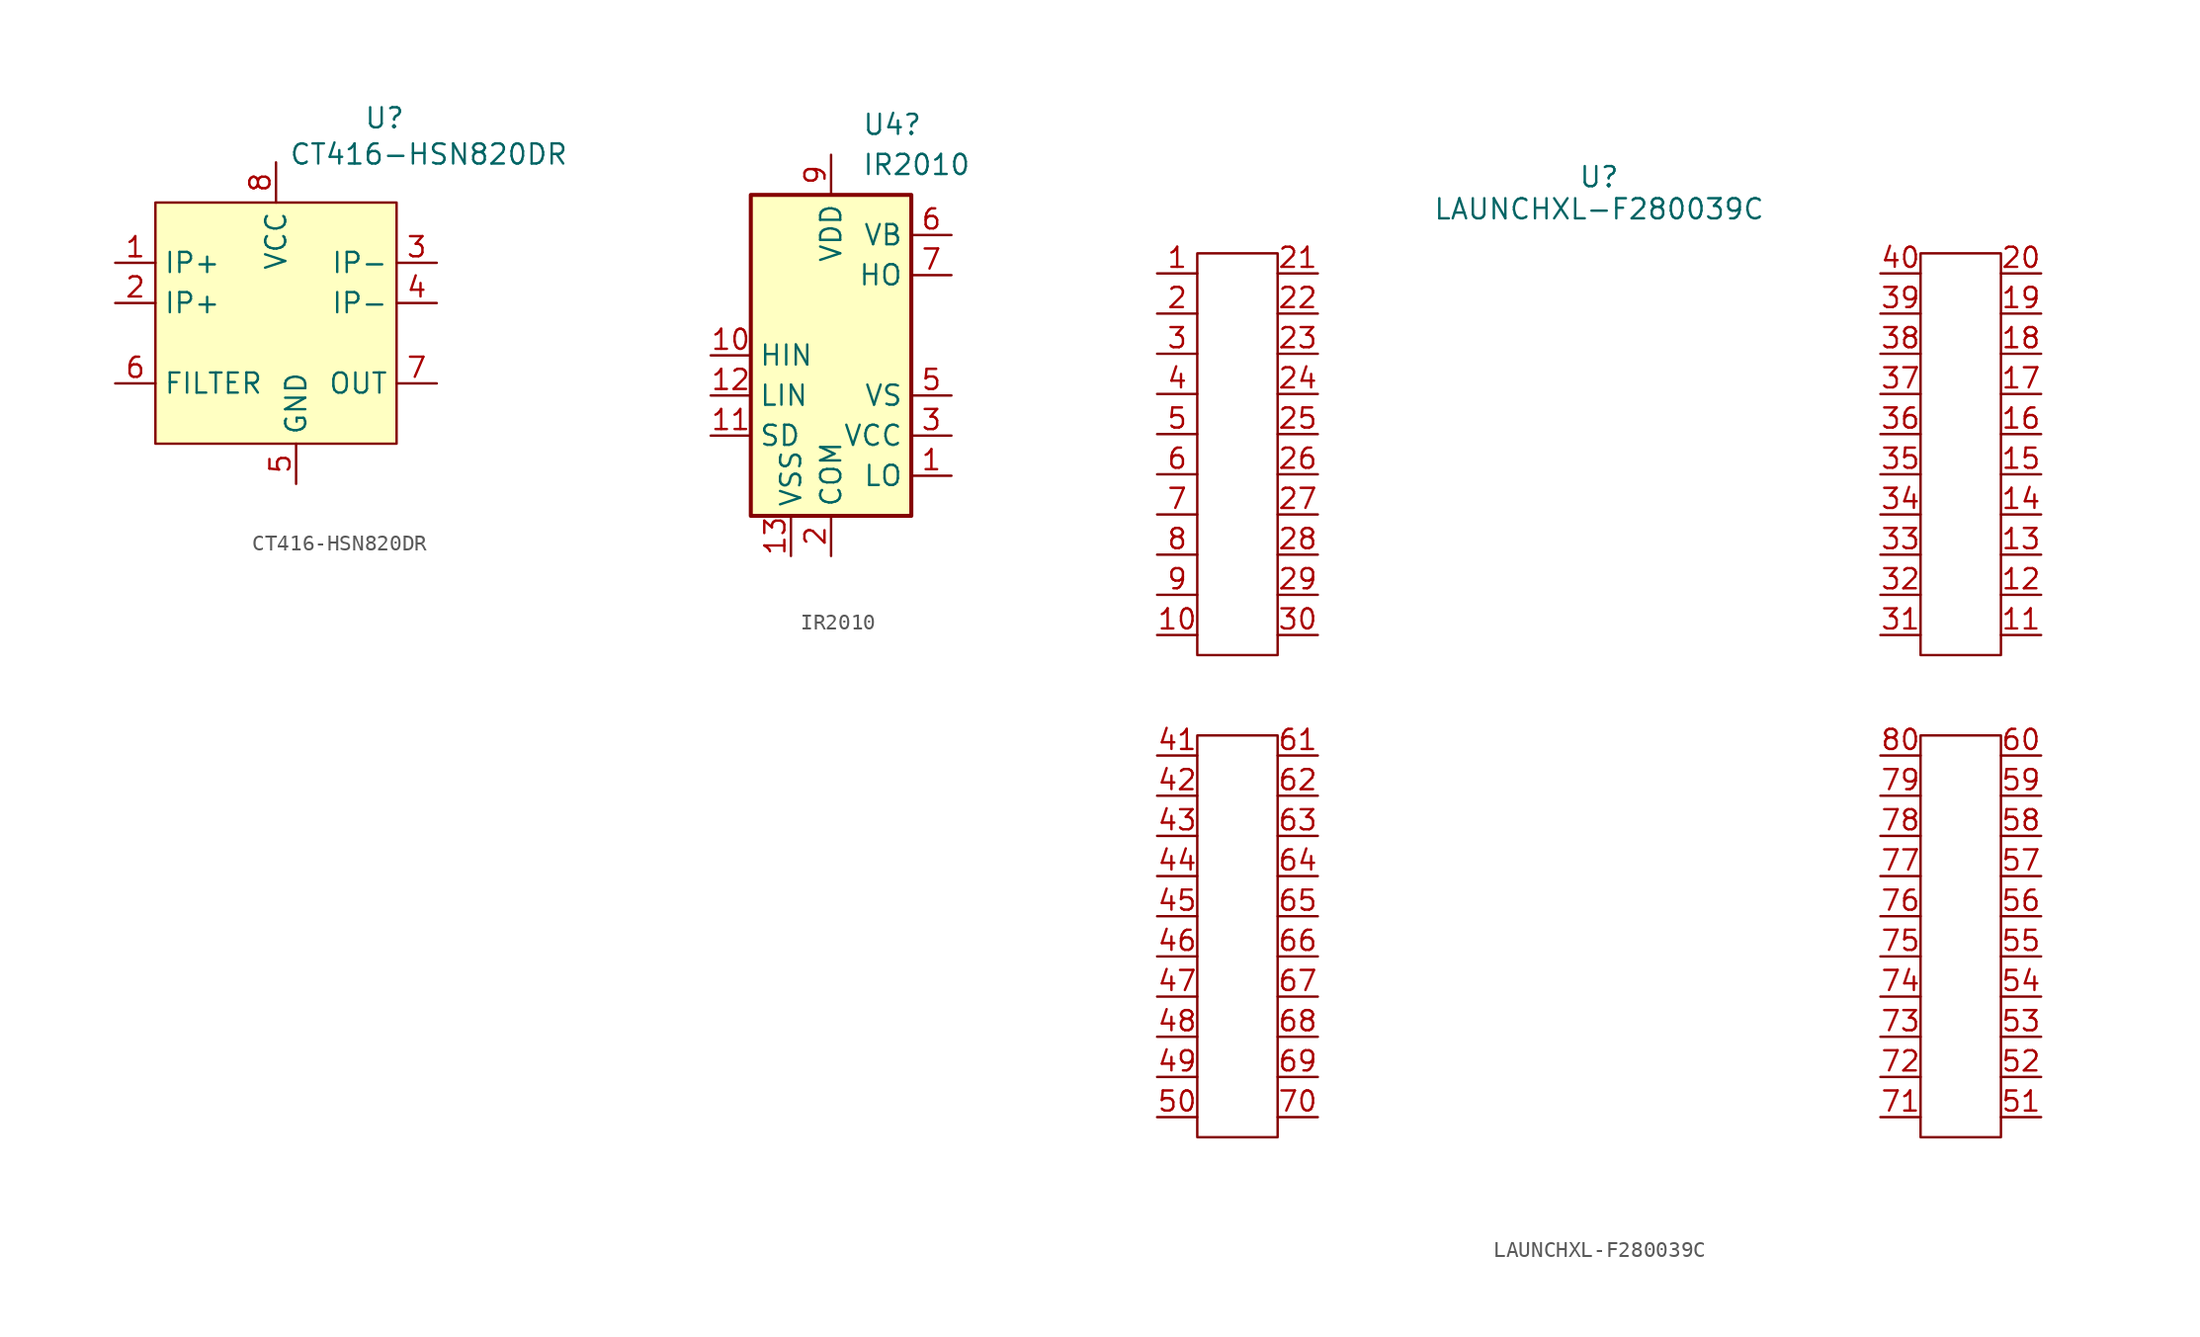
<source format=kicad_sym>
(kicad_symbol_lib
  (version 20231120)
  (generator "kicad_symbol_editor")
  (generator_version "8.0")
  (symbol "CT416-HSN820DR"
    (property "Reference" "U"
      (at 6.858 12.954 0)
      (effects (font (size 1.27 1.27))))
    (property "Value" "CT416-HSN820DR"
      (at 9.652 10.668 0)
      (effects (font (size 1.27 1.27))))
    (symbol "CT416-HSN820DR_1_1"
      (rectangle (start -7.62 7.62) (end 7.62 -7.62) (stroke (width 0) (type default)) (fill (type background)))
      (pin input line (at -10.16 3.81 0) (length 2.54) (name "IP+" (effects (font (size 1.27 1.27)))) (number "1" (effects (font (size 1.27 1.27)))))
      (pin input line (at -10.16 1.27 0) (length 2.54) (name "IP+" (effects (font (size 1.27 1.27)))) (number "2" (effects (font (size 1.27 1.27)))))
      (pin input line (at 10.16 3.81 180) (length 2.54) (name "IP-" (effects (font (size 1.27 1.27)))) (number "3" (effects (font (size 1.27 1.27)))))
      (pin input line (at 10.16 1.27 180) (length 2.54) (name "IP-" (effects (font (size 1.27 1.27)))) (number "4" (effects (font (size 1.27 1.27)))))
      (pin input line (at 1.27 -10.16 90) (length 2.54) (name "GND" (effects (font (size 1.27 1.27)))) (number "5" (effects (font (size 1.27 1.27)))))
      (pin input line (at -10.16 -3.81 0) (length 2.54) (name "FILTER" (effects (font (size 1.27 1.27)))) (number "6" (effects (font (size 1.27 1.27)))))
      (pin input line (at 10.16 -3.81 180) (length 2.54) (name "OUT" (effects (font (size 1.27 1.27)))) (number "7" (effects (font (size 1.27 1.27)))))
      (pin input line (at 0 10.16 270) (length 2.54) (name "VCC" (effects (font (size 1.27 1.27)))) (number "8" (effects (font (size 1.27 1.27)))))))
  (symbol "IR2010"
    (property "Reference" "U4"
      (at 1.956 14.605 0)
      (effects (font (size 1.27 1.27)) (justify left)))
    (property "Value" "IR2010"
      (at 1.956 12.065 0)
      (effects (font (size 1.27 1.27)) (justify left)))
    (symbol "IR2010_0_1"
      (rectangle (start -5.08 -10.16) (end 5.08 10.16) (stroke (width 0.254) (type default)) (fill (type background))))
    (symbol "IR2010_1_1"
      (pin output line (at 7.62 -7.62 180) (length 2.54) (name "LO" (effects (font (size 1.27 1.27)))) (number "1" (effects (font (size 1.27 1.27)))))
      (pin input line (at -7.62 0 0) (length 2.54) (name "HIN" (effects (font (size 1.27 1.27)))) (number "10" (effects (font (size 1.27 1.27)))))
      (pin input line (at -7.62 -5.08 0) (length 2.54) (name "SD" (effects (font (size 1.27 1.27)))) (number "11" (effects (font (size 1.27 1.27)))))
      (pin input line (at -7.62 -2.54 0) (length 2.54) (name "LIN" (effects (font (size 1.27 1.27)))) (number "12" (effects (font (size 1.27 1.27)))))
      (pin power_in line (at -2.54 -12.7 90) (length 2.54) (name "VSS" (effects (font (size 1.27 1.27)))) (number "13" (effects (font (size 1.27 1.27)))))
      (pin no_connect line (at -5.08 2.54 0) (length 2.54) hide (name "NC" (effects (font (size 1.27 1.27)))) (number "14" (effects (font (size 1.27 1.27)))))
      (pin power_in line (at 0 -12.7 90) (length 2.54) (name "COM" (effects (font (size 1.27 1.27)))) (number "2" (effects (font (size 1.27 1.27)))))
      (pin power_in line (at 7.62 -5.08 180) (length 2.54) (name "VCC" (effects (font (size 1.27 1.27)))) (number "3" (effects (font (size 1.27 1.27)))))
      (pin no_connect line (at -5.08 7.62 0) (length 2.54) hide (name "NC" (effects (font (size 1.27 1.27)))) (number "4" (effects (font (size 1.27 1.27)))))
      (pin passive line (at 7.62 -2.54 180) (length 2.54) (name "VS" (effects (font (size 1.27 1.27)))) (number "5" (effects (font (size 1.27 1.27)))))
      (pin passive line (at 7.62 7.62 180) (length 2.54) (name "VB" (effects (font (size 1.27 1.27)))) (number "6" (effects (font (size 1.27 1.27)))))
      (pin output line (at 7.62 5.08 180) (length 2.54) (name "HO" (effects (font (size 1.27 1.27)))) (number "7" (effects (font (size 1.27 1.27)))))
      (pin no_connect line (at -5.08 5.08 0) (length 2.54) hide (name "NC" (effects (font (size 1.27 1.27)))) (number "8" (effects (font (size 1.27 1.27)))))
      (pin power_in line (at 0 12.7 270) (length 2.54) (name "VDD" (effects (font (size 1.27 1.27)))) (number "9" (effects (font (size 1.27 1.27)))))))
  (symbol "LAUNCHXL-F280039C"
    (property "Reference" "U"
      (at 0 32.766 0)
      (effects (font (size 1.27 1.27))))
    (property "Value" "LAUNCHXL-F280039C"
      (at 0 30.734 0)
      (effects (font (size 1.27 1.27))))
    (symbol "LAUNCHXL-F280039C_0_1"
      (rectangle (start -25.4 -2.54) (end -20.32 -27.94) (stroke (width 0) (type default)) (fill (type none)))
      (rectangle (start -25.4 27.94) (end -20.32 2.54) (stroke (width 0) (type default)) (fill (type none)))
      (rectangle (start 20.32 -2.54) (end 25.4 -27.94) (stroke (width 0) (type default)) (fill (type none)))
      (rectangle (start 20.32 27.94) (end 25.4 2.54) (stroke (width 0) (type default)) (fill (type none))))
    (symbol "LAUNCHXL-F280039C_1_1"
      (pin bidirectional line (at -27.94 26.67 0) (length 2.54) (name "" (effects (font (size 1.27 1.27)))) (number "1" (effects (font (size 1.27 1.27)))))
      (pin bidirectional line (at -27.94 3.81 0) (length 2.54) (name "" (effects (font (size 1.27 1.27)))) (number "10" (effects (font (size 1.27 1.27)))))
      (pin bidirectional line (at 27.94 3.81 180) (length 2.54) (name "" (effects (font (size 1.27 1.27)))) (number "11" (effects (font (size 1.27 1.27)))))
      (pin bidirectional line (at 27.94 6.35 180) (length 2.54) (name "" (effects (font (size 1.27 1.27)))) (number "12" (effects (font (size 1.27 1.27)))))
      (pin bidirectional line (at 27.94 8.89 180) (length 2.54) (name "" (effects (font (size 1.27 1.27)))) (number "13" (effects (font (size 1.27 1.27)))))
      (pin bidirectional line (at 27.94 11.43 180) (length 2.54) (name "" (effects (font (size 1.27 1.27)))) (number "14" (effects (font (size 1.27 1.27)))))
      (pin bidirectional line (at 27.94 13.97 180) (length 2.54) (name "" (effects (font (size 1.27 1.27)))) (number "15" (effects (font (size 1.27 1.27)))))
      (pin bidirectional line (at 27.94 16.51 180) (length 2.54) (name "" (effects (font (size 1.27 1.27)))) (number "16" (effects (font (size 1.27 1.27)))))
      (pin bidirectional line (at 27.94 19.05 180) (length 2.54) (name "" (effects (font (size 1.27 1.27)))) (number "17" (effects (font (size 1.27 1.27)))))
      (pin bidirectional line (at 27.94 21.59 180) (length 2.54) (name "" (effects (font (size 1.27 1.27)))) (number "18" (effects (font (size 1.27 1.27)))))
      (pin bidirectional line (at 27.94 24.13 180) (length 2.54) (name "" (effects (font (size 1.27 1.27)))) (number "19" (effects (font (size 1.27 1.27)))))
      (pin bidirectional line (at -27.94 24.13 0) (length 2.54) (name "" (effects (font (size 1.27 1.27)))) (number "2" (effects (font (size 1.27 1.27)))))
      (pin bidirectional line (at 27.94 26.67 180) (length 2.54) (name "" (effects (font (size 1.27 1.27)))) (number "20" (effects (font (size 1.27 1.27)))))
      (pin bidirectional line (at -17.78 26.67 180) (length 2.54) (name "" (effects (font (size 1.27 1.27)))) (number "21" (effects (font (size 1.27 1.27)))))
      (pin bidirectional line (at -17.78 24.13 180) (length 2.54) (name "" (effects (font (size 1.27 1.27)))) (number "22" (effects (font (size 1.27 1.27)))))
      (pin bidirectional line (at -17.78 21.59 180) (length 2.54) (name "" (effects (font (size 1.27 1.27)))) (number "23" (effects (font (size 1.27 1.27)))))
      (pin bidirectional line (at -17.78 19.05 180) (length 2.54) (name "" (effects (font (size 1.27 1.27)))) (number "24" (effects (font (size 1.27 1.27)))))
      (pin bidirectional line (at -17.78 16.51 180) (length 2.54) (name "" (effects (font (size 1.27 1.27)))) (number "25" (effects (font (size 1.27 1.27)))))
      (pin bidirectional line (at -17.78 13.97 180) (length 2.54) (name "" (effects (font (size 1.27 1.27)))) (number "26" (effects (font (size 1.27 1.27)))))
      (pin bidirectional line (at -17.78 11.43 180) (length 2.54) (name "" (effects (font (size 1.27 1.27)))) (number "27" (effects (font (size 1.27 1.27)))))
      (pin bidirectional line (at -17.78 8.89 180) (length 2.54) (name "" (effects (font (size 1.27 1.27)))) (number "28" (effects (font (size 1.27 1.27)))))
      (pin bidirectional line (at -17.78 6.35 180) (length 2.54) (name "" (effects (font (size 1.27 1.27)))) (number "29" (effects (font (size 1.27 1.27)))))
      (pin bidirectional line (at -27.94 21.59 0) (length 2.54) (name "" (effects (font (size 1.27 1.27)))) (number "3" (effects (font (size 1.27 1.27)))))
      (pin bidirectional line (at -17.78 3.81 180) (length 2.54) (name "" (effects (font (size 1.27 1.27)))) (number "30" (effects (font (size 1.27 1.27)))))
      (pin bidirectional line (at 17.78 3.81 0) (length 2.54) (name "" (effects (font (size 1.27 1.27)))) (number "31" (effects (font (size 1.27 1.27)))))
      (pin bidirectional line (at 17.78 6.35 0) (length 2.54) (name "" (effects (font (size 1.27 1.27)))) (number "32" (effects (font (size 1.27 1.27)))))
      (pin bidirectional line (at 17.78 8.89 0) (length 2.54) (name "" (effects (font (size 1.27 1.27)))) (number "33" (effects (font (size 1.27 1.27)))))
      (pin bidirectional line (at 17.78 11.43 0) (length 2.54) (name "" (effects (font (size 1.27 1.27)))) (number "34" (effects (font (size 1.27 1.27)))))
      (pin bidirectional line (at 17.78 13.97 0) (length 2.54) (name "" (effects (font (size 1.27 1.27)))) (number "35" (effects (font (size 1.27 1.27)))))
      (pin bidirectional line (at 17.78 16.51 0) (length 2.54) (name "" (effects (font (size 1.27 1.27)))) (number "36" (effects (font (size 1.27 1.27)))))
      (pin bidirectional line (at 17.78 19.05 0) (length 2.54) (name "" (effects (font (size 1.27 1.27)))) (number "37" (effects (font (size 1.27 1.27)))))
      (pin bidirectional line (at 17.78 21.59 0) (length 2.54) (name "" (effects (font (size 1.27 1.27)))) (number "38" (effects (font (size 1.27 1.27)))))
      (pin bidirectional line (at 17.78 24.13 0) (length 2.54) (name "" (effects (font (size 1.27 1.27)))) (number "39" (effects (font (size 1.27 1.27)))))
      (pin bidirectional line (at -27.94 19.05 0) (length 2.54) (name "" (effects (font (size 1.27 1.27)))) (number "4" (effects (font (size 1.27 1.27)))))
      (pin bidirectional line (at 17.78 26.67 0) (length 2.54) (name "" (effects (font (size 1.27 1.27)))) (number "40" (effects (font (size 1.27 1.27)))))
      (pin bidirectional line (at -27.94 -3.81 0) (length 2.54) (name "" (effects (font (size 1.27 1.27)))) (number "41" (effects (font (size 1.27 1.27)))))
      (pin bidirectional line (at -27.94 -6.35 0) (length 2.54) (name "" (effects (font (size 1.27 1.27)))) (number "42" (effects (font (size 1.27 1.27)))))
      (pin bidirectional line (at -27.94 -8.89 0) (length 2.54) (name "" (effects (font (size 1.27 1.27)))) (number "43" (effects (font (size 1.27 1.27)))))
      (pin bidirectional line (at -27.94 -11.43 0) (length 2.54) (name "" (effects (font (size 1.27 1.27)))) (number "44" (effects (font (size 1.27 1.27)))))
      (pin bidirectional line (at -27.94 -13.97 0) (length 2.54) (name "" (effects (font (size 1.27 1.27)))) (number "45" (effects (font (size 1.27 1.27)))))
      (pin bidirectional line (at -27.94 -16.51 0) (length 2.54) (name "" (effects (font (size 1.27 1.27)))) (number "46" (effects (font (size 1.27 1.27)))))
      (pin bidirectional line (at -27.94 -19.05 0) (length 2.54) (name "" (effects (font (size 1.27 1.27)))) (number "47" (effects (font (size 1.27 1.27)))))
      (pin bidirectional line (at -27.94 -21.59 0) (length 2.54) (name "" (effects (font (size 1.27 1.27)))) (number "48" (effects (font (size 1.27 1.27)))))
      (pin bidirectional line (at -27.94 -24.13 0) (length 2.54) (name "" (effects (font (size 1.27 1.27)))) (number "49" (effects (font (size 1.27 1.27)))))
      (pin bidirectional line (at -27.94 16.51 0) (length 2.54) (name "" (effects (font (size 1.27 1.27)))) (number "5" (effects (font (size 1.27 1.27)))))
      (pin bidirectional line (at -27.94 -26.67 0) (length 2.54) (name "" (effects (font (size 1.27 1.27)))) (number "50" (effects (font (size 1.27 1.27)))))
      (pin bidirectional line (at 27.94 -26.67 180) (length 2.54) (name "" (effects (font (size 1.27 1.27)))) (number "51" (effects (font (size 1.27 1.27)))))
      (pin bidirectional line (at 27.94 -24.13 180) (length 2.54) (name "" (effects (font (size 1.27 1.27)))) (number "52" (effects (font (size 1.27 1.27)))))
      (pin bidirectional line (at 27.94 -21.59 180) (length 2.54) (name "" (effects (font (size 1.27 1.27)))) (number "53" (effects (font (size 1.27 1.27)))))
      (pin bidirectional line (at 27.94 -19.05 180) (length 2.54) (name "" (effects (font (size 1.27 1.27)))) (number "54" (effects (font (size 1.27 1.27)))))
      (pin bidirectional line (at 27.94 -16.51 180) (length 2.54) (name "" (effects (font (size 1.27 1.27)))) (number "55" (effects (font (size 1.27 1.27)))))
      (pin bidirectional line (at 27.94 -13.97 180) (length 2.54) (name "" (effects (font (size 1.27 1.27)))) (number "56" (effects (font (size 1.27 1.27)))))
      (pin bidirectional line (at 27.94 -11.43 180) (length 2.54) (name "" (effects (font (size 1.27 1.27)))) (number "57" (effects (font (size 1.27 1.27)))))
      (pin bidirectional line (at 27.94 -8.89 180) (length 2.54) (name "" (effects (font (size 1.27 1.27)))) (number "58" (effects (font (size 1.27 1.27)))))
      (pin bidirectional line (at 27.94 -6.35 180) (length 2.54) (name "" (effects (font (size 1.27 1.27)))) (number "59" (effects (font (size 1.27 1.27)))))
      (pin bidirectional line (at -27.94 13.97 0) (length 2.54) (name "" (effects (font (size 1.27 1.27)))) (number "6" (effects (font (size 1.27 1.27)))))
      (pin bidirectional line (at 27.94 -3.81 180) (length 2.54) (name "" (effects (font (size 1.27 1.27)))) (number "60" (effects (font (size 1.27 1.27)))))
      (pin bidirectional line (at -17.78 -3.81 180) (length 2.54) (name "" (effects (font (size 1.27 1.27)))) (number "61" (effects (font (size 1.27 1.27)))))
      (pin bidirectional line (at -17.78 -6.35 180) (length 2.54) (name "" (effects (font (size 1.27 1.27)))) (number "62" (effects (font (size 1.27 1.27)))))
      (pin bidirectional line (at -17.78 -8.89 180) (length 2.54) (name "" (effects (font (size 1.27 1.27)))) (number "63" (effects (font (size 1.27 1.27)))))
      (pin bidirectional line (at -17.78 -11.43 180) (length 2.54) (name "" (effects (font (size 1.27 1.27)))) (number "64" (effects (font (size 1.27 1.27)))))
      (pin bidirectional line (at -17.78 -13.97 180) (length 2.54) (name "" (effects (font (size 1.27 1.27)))) (number "65" (effects (font (size 1.27 1.27)))))
      (pin bidirectional line (at -17.78 -16.51 180) (length 2.54) (name "" (effects (font (size 1.27 1.27)))) (number "66" (effects (font (size 1.27 1.27)))))
      (pin bidirectional line (at -17.78 -19.05 180) (length 2.54) (name "" (effects (font (size 1.27 1.27)))) (number "67" (effects (font (size 1.27 1.27)))))
      (pin bidirectional line (at -17.78 -21.59 180) (length 2.54) (name "" (effects (font (size 1.27 1.27)))) (number "68" (effects (font (size 1.27 1.27)))))
      (pin bidirectional line (at -17.78 -24.13 180) (length 2.54) (name "" (effects (font (size 1.27 1.27)))) (number "69" (effects (font (size 1.27 1.27)))))
      (pin bidirectional line (at -27.94 11.43 0) (length 2.54) (name "" (effects (font (size 1.27 1.27)))) (number "7" (effects (font (size 1.27 1.27)))))
      (pin bidirectional line (at -17.78 -26.67 180) (length 2.54) (name "" (effects (font (size 1.27 1.27)))) (number "70" (effects (font (size 1.27 1.27)))))
      (pin bidirectional line (at 17.78 -26.67 0) (length 2.54) (name "" (effects (font (size 1.27 1.27)))) (number "71" (effects (font (size 1.27 1.27)))))
      (pin bidirectional line (at 17.78 -24.13 0) (length 2.54) (name "" (effects (font (size 1.27 1.27)))) (number "72" (effects (font (size 1.27 1.27)))))
      (pin bidirectional line (at 17.78 -21.59 0) (length 2.54) (name "" (effects (font (size 1.27 1.27)))) (number "73" (effects (font (size 1.27 1.27)))))
      (pin bidirectional line (at 17.78 -19.05 0) (length 2.54) (name "" (effects (font (size 1.27 1.27)))) (number "74" (effects (font (size 1.27 1.27)))))
      (pin bidirectional line (at 17.78 -16.51 0) (length 2.54) (name "" (effects (font (size 1.27 1.27)))) (number "75" (effects (font (size 1.27 1.27)))))
      (pin bidirectional line (at 17.78 -13.97 0) (length 2.54) (name "" (effects (font (size 1.27 1.27)))) (number "76" (effects (font (size 1.27 1.27)))))
      (pin bidirectional line (at 17.78 -11.43 0) (length 2.54) (name "" (effects (font (size 1.27 1.27)))) (number "77" (effects (font (size 1.27 1.27)))))
      (pin bidirectional line (at 17.78 -8.89 0) (length 2.54) (name "" (effects (font (size 1.27 1.27)))) (number "78" (effects (font (size 1.27 1.27)))))
      (pin bidirectional line (at 17.78 -6.35 0) (length 2.54) (name "" (effects (font (size 1.27 1.27)))) (number "79" (effects (font (size 1.27 1.27)))))
      (pin bidirectional line (at -27.94 8.89 0) (length 2.54) (name "" (effects (font (size 1.27 1.27)))) (number "8" (effects (font (size 1.27 1.27)))))
      (pin bidirectional line (at 17.78 -3.81 0) (length 2.54) (name "" (effects (font (size 1.27 1.27)))) (number "80" (effects (font (size 1.27 1.27)))))
      (pin bidirectional line (at -27.94 6.35 0) (length 2.54) (name "" (effects (font (size 1.27 1.27)))) (number "9" (effects (font (size 1.27 1.27))))))))
</source>
